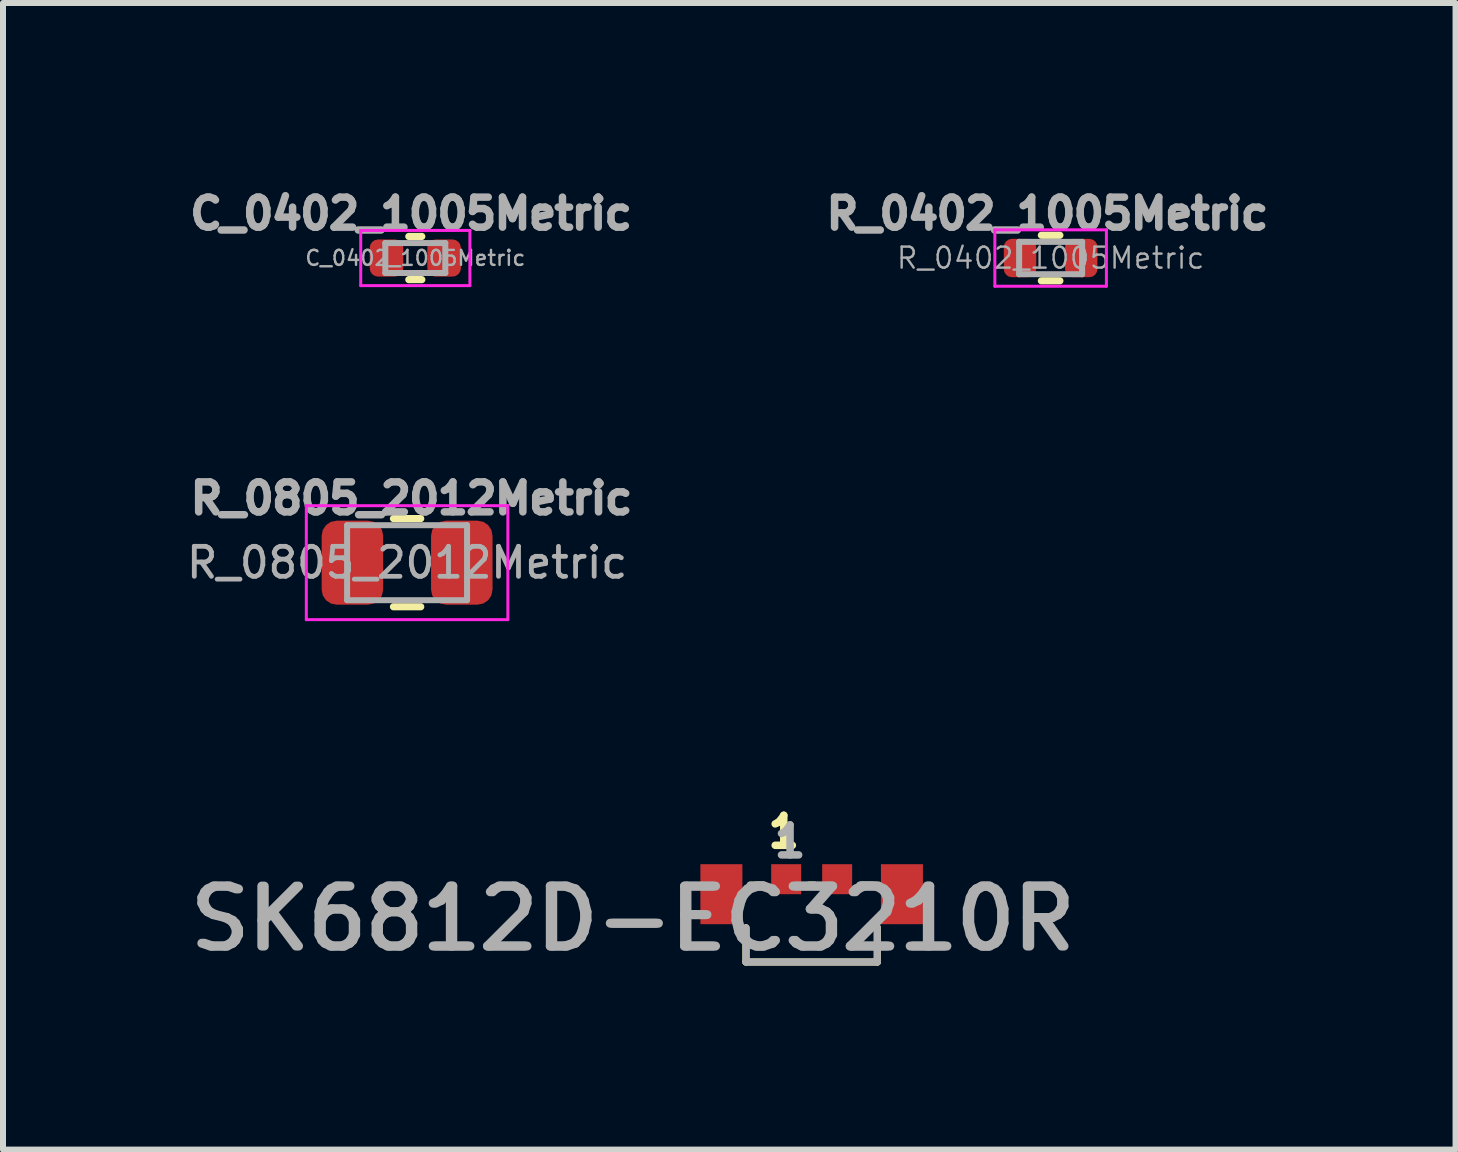
<source format=kicad_pcb>
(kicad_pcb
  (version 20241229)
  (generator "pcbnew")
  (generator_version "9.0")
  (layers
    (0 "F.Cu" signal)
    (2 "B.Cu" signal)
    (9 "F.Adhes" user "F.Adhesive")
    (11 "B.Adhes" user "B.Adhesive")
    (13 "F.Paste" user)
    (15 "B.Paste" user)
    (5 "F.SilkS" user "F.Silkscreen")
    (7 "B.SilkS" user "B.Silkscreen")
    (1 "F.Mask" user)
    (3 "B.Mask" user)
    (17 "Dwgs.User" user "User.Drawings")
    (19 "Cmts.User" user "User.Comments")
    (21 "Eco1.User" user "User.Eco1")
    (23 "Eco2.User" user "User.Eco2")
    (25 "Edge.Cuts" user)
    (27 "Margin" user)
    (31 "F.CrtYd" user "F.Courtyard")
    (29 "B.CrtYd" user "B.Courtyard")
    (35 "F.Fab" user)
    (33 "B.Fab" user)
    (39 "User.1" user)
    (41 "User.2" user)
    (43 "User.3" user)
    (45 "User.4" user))
  (footprint "SK6812D-EC3210R"
    (layer "F.Cu")
    (at 10.477 12.248)
    (property "Reference" "SK6812D-EC3210R" (at -2.995 0.02 0) (unlocked yes) (layer "F.Fab") (effects (font (size 1 1) (thickness 0.15))))
    (attr smd)
    (fp_line (start -1.09 0.74) (end -1.09 0.17) (stroke (width 0.12) (type solid)) (layer "F.SilkS"))
    (fp_line (start -0.8 -0.54) (end -1.02 -0.54) (stroke (width 0.12) (type solid)) (layer "F.SilkS"))
    (fp_line (start -0.04 -0.54) (end 0.05 -0.54) (stroke (width 0.12) (type solid)) (layer "F.SilkS"))
    (fp_line (start 0.81 -0.54) (end 1.03 -0.54) (stroke (width 0.12) (type solid)) (layer "F.SilkS"))
    (fp_line (start 1.1 0.17) (end 1.1 0.74) (stroke (width 0.12) (type solid)) (layer "F.SilkS"))
    (fp_line (start 1.1 0.74) (end -1.09 0.74) (stroke (width 0.12) (type solid)) (layer "F.SilkS"))
    (fp_line (start -1.09 0.74) (end -1.09 0.17) (stroke (width 0.12) (type solid)) (layer "F.Fab"))
    (fp_line (start -0.8 -0.54) (end -1.02 -0.54) (stroke (width 0.12) (type solid)) (layer "F.Fab"))
    (fp_line (start -0.04 -0.54) (end 0.05 -0.54) (stroke (width 0.12) (type solid)) (layer "F.Fab"))
    (fp_line (start 0.81 -0.54) (end 1.03 -0.54) (stroke (width 0.12) (type solid)) (layer "F.Fab"))
    (fp_line (start 1.1 0.17) (end 1.1 0.74) (stroke (width 0.12) (type solid)) (layer "F.Fab"))
    (fp_line (start 1.1 0.74) (end -1.09 0.74) (stroke (width 0.12) (type solid)) (layer "F.Fab"))
    (fp_text user "1" (at -0.46 -1.43 0) (unlocked yes) (layer "F.SilkS") (effects (font (size 0.5 0.5) (thickness 0.125))))
    (fp_text user "1" (at -0.355 -1.27 0) (unlocked yes) (layer "F.Fab") (effects (font (size 0.5 0.5) (thickness 0.125))))
    (fp_text user "${REFERENCE}" (at -2.955 0.02 0) (unlocked yes) (layer "F.Fab") (effects (font (size 1 1) (thickness 0.15))))
    (pad "1" smd rect (at -0.42 -0.64) (size 0.5 0.5) (layers "F.Cu" "F.Mask" "F.Paste"))
    (pad "2" smd rect (at -1.5 -0.39) (size 0.7 1) (layers "F.Cu" "F.Mask" "F.Paste"))
    (pad "3" smd rect (at 1.51 -0.39) (size 0.7 1) (layers "F.Cu" "F.Mask" "F.Paste"))
    (pad "4" smd rect (at 0.43 -0.64) (size 0.5 0.5) (layers "F.Cu" "F.Mask" "F.Paste")))
  (footprint "R_0402_1005Metric"
    (layer "F.Cu")
    (at 14.466 1.252)
    (property "Reference" "R_0402_1005Metric" (at -0.054 -0.74 180) (layer "F.Fab") (effects (font (size 0.5 0.5) (thickness 0.15))))
    (attr smd)
    (fp_line (start -0.154 -0.38) (end 0.154 -0.38) (stroke (width 0.12) (type solid)) (layer "F.SilkS"))
    (fp_line (start -0.154 0.38) (end 0.154 0.38) (stroke (width 0.12) (type solid)) (layer "F.SilkS"))
    (fp_line (start -0.93 -0.47) (end 0.93 -0.47) (stroke (width 0.05) (type solid)) (layer "F.CrtYd"))
    (fp_line (start -0.93 0.47) (end -0.93 -0.47) (stroke (width 0.05) (type solid)) (layer "F.CrtYd"))
    (fp_line (start 0.93 -0.47) (end 0.93 0.47) (stroke (width 0.05) (type solid)) (layer "F.CrtYd"))
    (fp_line (start 0.93 0.47) (end -0.93 0.47) (stroke (width 0.05) (type solid)) (layer "F.CrtYd"))
    (fp_line (start -0.525 -0.27) (end 0.525 -0.27) (stroke (width 0.1) (type solid)) (layer "F.Fab"))
    (fp_line (start -0.525 0.27) (end -0.525 -0.27) (stroke (width 0.1) (type solid)) (layer "F.Fab"))
    (fp_line (start 0.525 -0.27) (end 0.525 0.27) (stroke (width 0.1) (type solid)) (layer "F.Fab"))
    (fp_line (start 0.525 0.27) (end -0.525 0.27) (stroke (width 0.1) (type solid)) (layer "F.Fab"))
    (fp_text user "${REFERENCE}" (at 0 0 180) (layer "F.Fab") (effects (font (size 0.35 0.35) (thickness 0.04))))
    (pad "1" smd roundrect (at -0.51 0) (size 0.54 0.64) (layers "F.Cu" "F.Mask" "F.Paste") (roundrect_rratio 0.25))
    (pad "2" smd roundrect (at 0.51 0) (size 0.54 0.64) (layers "F.Cu" "F.Mask" "F.Paste") (roundrect_rratio 0.25)))
  (footprint "C_0402_1005Metric"
    (layer "F.Cu")
    (at 3.874 1.252)
    (property "Reference" "C_0402_1005Metric" (at -0.07 -0.74 0) (layer "F.Fab") (effects (font (size 0.5 0.5) (thickness 0.15))))
    (attr smd)
    (fp_line (start -0.108 -0.36) (end 0.108 -0.36) (stroke (width 0.12) (type solid)) (layer "F.SilkS"))
    (fp_line (start -0.108 0.36) (end 0.108 0.36) (stroke (width 0.12) (type solid)) (layer "F.SilkS"))
    (fp_line (start -0.91 -0.46) (end 0.91 -0.46) (stroke (width 0.05) (type solid)) (layer "F.CrtYd"))
    (fp_line (start -0.91 0.46) (end -0.91 -0.46) (stroke (width 0.05) (type solid)) (layer "F.CrtYd"))
    (fp_line (start 0.91 -0.46) (end 0.91 0.46) (stroke (width 0.05) (type solid)) (layer "F.CrtYd"))
    (fp_line (start 0.91 0.46) (end -0.91 0.46) (stroke (width 0.05) (type solid)) (layer "F.CrtYd"))
    (fp_line (start -0.5 -0.25) (end 0.5 -0.25) (stroke (width 0.1) (type solid)) (layer "F.Fab"))
    (fp_line (start -0.5 0.25) (end -0.5 -0.25) (stroke (width 0.1) (type solid)) (layer "F.Fab"))
    (fp_line (start 0.5 -0.25) (end 0.5 0.25) (stroke (width 0.1) (type solid)) (layer "F.Fab"))
    (fp_line (start 0.5 0.25) (end -0.5 0.25) (stroke (width 0.1) (type solid)) (layer "F.Fab"))
    (fp_text user "${REFERENCE}" (at 0 0 0) (layer "F.Fab") (effects (font (size 0.25 0.25) (thickness 0.04))))
    (pad "1" smd roundrect (at -0.48 0) (size 0.56 0.62) (layers "F.Cu" "F.Mask" "F.Paste") (roundrect_rratio 0.25))
    (pad "2" smd roundrect (at 0.48 0) (size 0.56 0.62) (layers "F.Cu" "F.Mask" "F.Paste") (roundrect_rratio 0.25)))
  (footprint "R_0805_2012Metric"
    (layer "F.Cu")
    (at 3.737 6.331)
    (property "Reference" "R_0805_2012Metric" (at 0.073 -1.072 180) (layer "F.Fab") (effects (font (size 0.5 0.5) (thickness 0.15))))
    (attr smd)
    (fp_line (start -0.227 -0.735) (end 0.227 -0.735) (stroke (width 0.12) (type solid)) (layer "F.SilkS"))
    (fp_line (start -0.227 0.735) (end 0.227 0.735) (stroke (width 0.12) (type solid)) (layer "F.SilkS"))
    (fp_line (start -1.68 -0.95) (end 1.68 -0.95) (stroke (width 0.05) (type solid)) (layer "F.CrtYd"))
    (fp_line (start -1.68 0.95) (end -1.68 -0.95) (stroke (width 0.05) (type solid)) (layer "F.CrtYd"))
    (fp_line (start 1.68 -0.95) (end 1.68 0.95) (stroke (width 0.05) (type solid)) (layer "F.CrtYd"))
    (fp_line (start 1.68 0.95) (end -1.68 0.95) (stroke (width 0.05) (type solid)) (layer "F.CrtYd"))
    (fp_line (start -1 -0.625) (end 1 -0.625) (stroke (width 0.1) (type solid)) (layer "F.Fab"))
    (fp_line (start -1 0.625) (end -1 -0.625) (stroke (width 0.1) (type solid)) (layer "F.Fab"))
    (fp_line (start 1 -0.625) (end 1 0.625) (stroke (width 0.1) (type solid)) (layer "F.Fab"))
    (fp_line (start 1 0.625) (end -1 0.625) (stroke (width 0.1) (type solid)) (layer "F.Fab"))
    (fp_text user "${REFERENCE}" (at 0 0 180) (layer "F.Fab") (effects (font (size 0.5 0.5) (thickness 0.08))))
    (pad "1" smd roundrect (at -0.912 0) (size 1.025 1.4) (layers "F.Cu" "F.Mask" "F.Paste") (roundrect_rratio 0.244))
    (pad "2" smd roundrect (at 0.912 0) (size 1.025 1.4) (layers "F.Cu" "F.Mask" "F.Paste") (roundrect_rratio 0.244)))
  (gr_rect
    (start -3 -3)
    (end 21.217 16.116)
    (stroke (width 0.1) (type default))
    (fill no)
    (layer "Edge.Cuts")))
</source>
